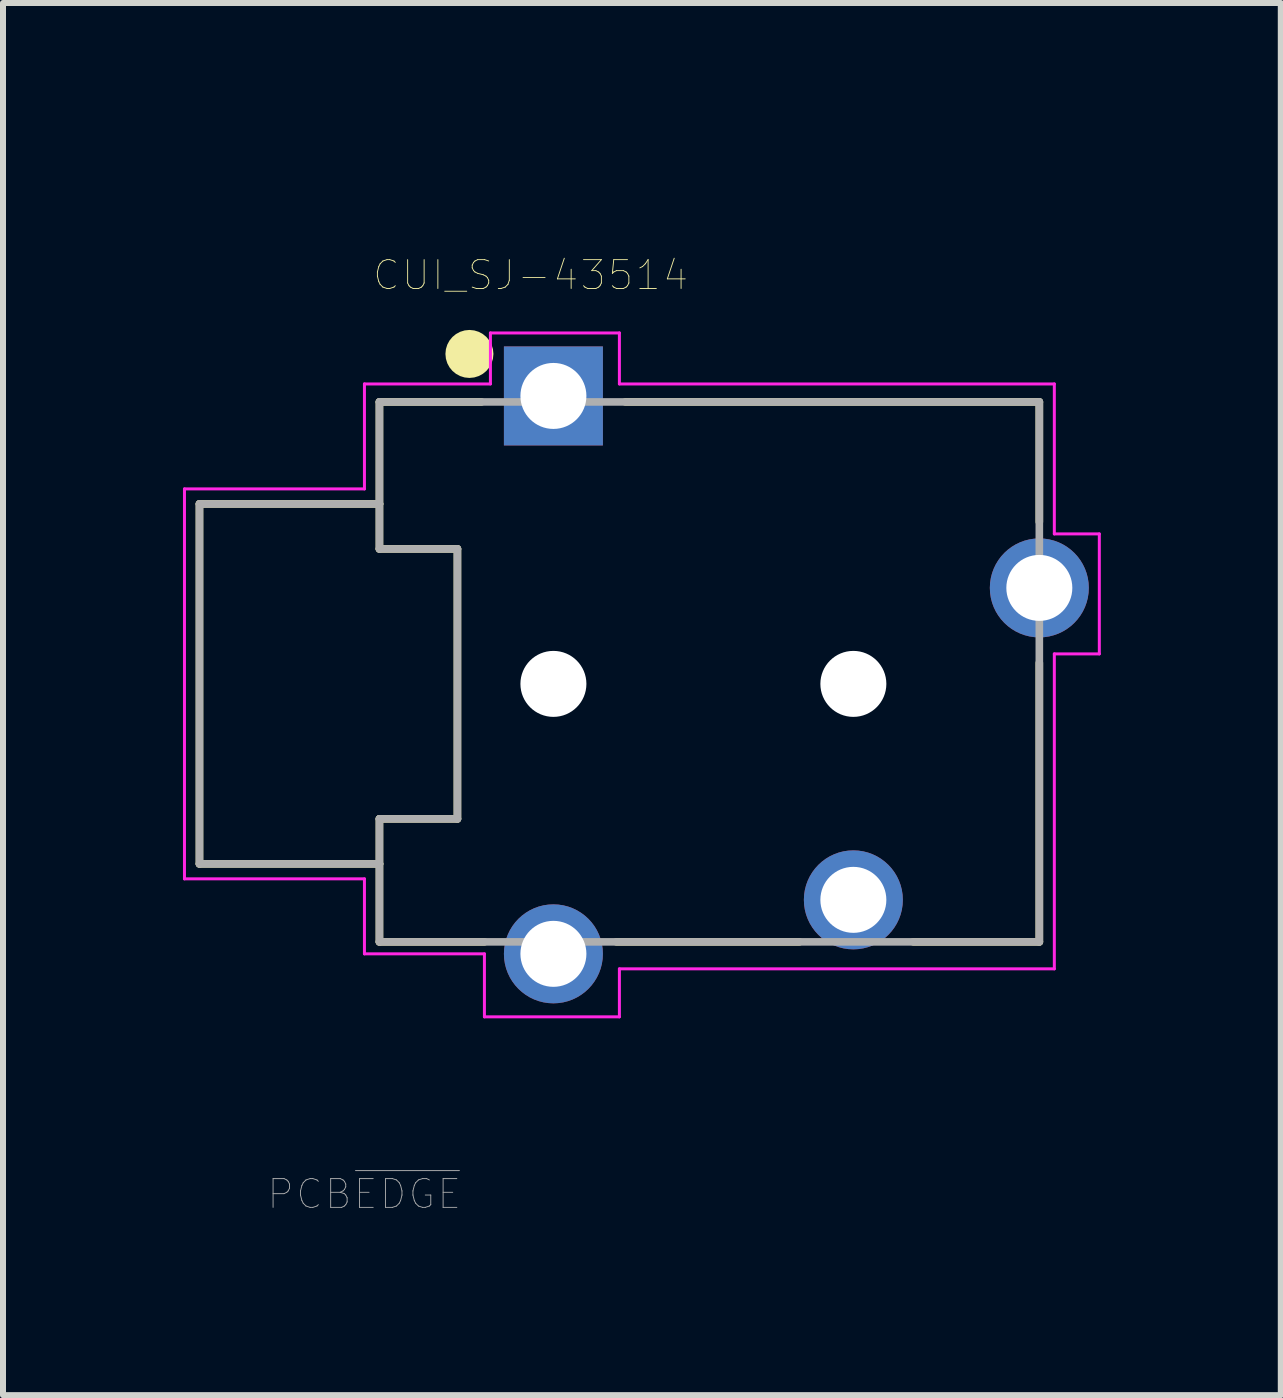
<source format=kicad_pcb>
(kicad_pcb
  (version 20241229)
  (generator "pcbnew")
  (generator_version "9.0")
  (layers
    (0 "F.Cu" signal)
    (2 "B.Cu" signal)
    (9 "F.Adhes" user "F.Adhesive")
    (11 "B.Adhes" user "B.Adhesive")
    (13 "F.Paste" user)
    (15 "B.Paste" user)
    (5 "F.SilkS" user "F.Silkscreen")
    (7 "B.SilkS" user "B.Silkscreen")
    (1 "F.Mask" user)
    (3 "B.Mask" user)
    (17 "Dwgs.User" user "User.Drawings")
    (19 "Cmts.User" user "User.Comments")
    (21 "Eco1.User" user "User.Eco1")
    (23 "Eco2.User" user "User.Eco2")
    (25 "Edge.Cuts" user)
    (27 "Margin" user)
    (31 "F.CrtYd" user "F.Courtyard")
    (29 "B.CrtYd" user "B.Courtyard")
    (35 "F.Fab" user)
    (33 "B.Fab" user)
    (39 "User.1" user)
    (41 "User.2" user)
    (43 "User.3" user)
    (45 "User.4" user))
  (footprint "CUI_SJ-43514"
    (layer "F.Cu")
    (at 8.775 8.35)
    (property "Reference" "CUI_SJ-43514" (at -2.98 -6.813 0) (layer "F.SilkS") (effects (font (size 0.481 0.481) (thickness 0.015))))
    (attr through_hole)
    (fp_line (start -8.5 -3) (end -5.5 -3) (stroke (width 0.127) (type solid)) (layer "F.SilkS"))
    (fp_line (start -8.5 3) (end -8.5 -3) (stroke (width 0.127) (type solid)) (layer "F.SilkS"))
    (fp_line (start -5.5 -4.7) (end -5.5 -3) (stroke (width 0.127) (type solid)) (layer "F.SilkS"))
    (fp_line (start -5.5 -3) (end -5.5 -2.25) (stroke (width 0.127) (type solid)) (layer "F.SilkS"))
    (fp_line (start -5.5 -2.25) (end -4.2 -2.25) (stroke (width 0.127) (type solid)) (layer "F.SilkS"))
    (fp_line (start -5.5 2.25) (end -5.5 3) (stroke (width 0.127) (type solid)) (layer "F.SilkS"))
    (fp_line (start -5.5 3) (end -8.5 3) (stroke (width 0.127) (type solid)) (layer "F.SilkS"))
    (fp_line (start -5.5 3) (end -5.5 4.3) (stroke (width 0.127) (type solid)) (layer "F.SilkS"))
    (fp_line (start -5.5 4.3) (end -3.75 4.3) (stroke (width 0.127) (type solid)) (layer "F.SilkS"))
    (fp_line (start -4.2 -2.25) (end -4.2 2.25) (stroke (width 0.127) (type solid)) (layer "F.SilkS"))
    (fp_line (start -4.2 2.25) (end -5.5 2.25) (stroke (width 0.127) (type solid)) (layer "F.SilkS"))
    (fp_line (start -3.8 -4.7) (end -5.5 -4.7) (stroke (width 0.127) (type solid)) (layer "F.SilkS"))
    (fp_line (start -1.4 -4.7) (end 5.5 -4.7) (stroke (width 0.127) (type solid)) (layer "F.SilkS"))
    (fp_line (start 1.5 4.3) (end -1.55 4.3) (stroke (width 0.127) (type solid)) (layer "F.SilkS"))
    (fp_line (start 5.5 -4.7) (end 5.5 -2.7) (stroke (width 0.127) (type solid)) (layer "F.SilkS"))
    (fp_line (start 5.5 -0.35) (end 5.5 4.3) (stroke (width 0.127) (type solid)) (layer "F.SilkS"))
    (fp_line (start 5.5 4.3) (end 3.4 4.3) (stroke (width 0.127) (type solid)) (layer "F.SilkS"))
    (fp_circle (center -4 -5.5) (end -3.8 -5.5) (stroke (width 0.4) (type solid)) (fill no) (layer "F.SilkS"))
    (fp_line (start -5.5 -8.35) (end -5.5 -2.25) (stroke (width 0.0001) (type solid)) (layer "Cmts.User"))
    (fp_line (start -5.5 -2.25) (end -4.2 -2.25) (stroke (width 0.0001) (type solid)) (layer "Cmts.User"))
    (fp_line (start -5.5 2.25) (end -5.5 8.85) (stroke (width 0.0001) (type solid)) (layer "Cmts.User"))
    (fp_line (start -4.2 -2.25) (end -4.2 2.25) (stroke (width 0.0001) (type solid)) (layer "Cmts.User"))
    (fp_line (start -4.2 2.25) (end -5.5 2.25) (stroke (width 0.0001) (type solid)) (layer "Cmts.User"))
    (fp_line (start -8.75 -3.25) (end -5.75 -3.25) (stroke (width 0.05) (type solid)) (layer "F.CrtYd"))
    (fp_line (start -8.75 3.25) (end -8.75 -3.25) (stroke (width 0.05) (type solid)) (layer "F.CrtYd"))
    (fp_line (start -5.75 -5) (end -3.65 -5) (stroke (width 0.05) (type solid)) (layer "F.CrtYd"))
    (fp_line (start -5.75 -3.25) (end -5.75 -5) (stroke (width 0.05) (type solid)) (layer "F.CrtYd"))
    (fp_line (start -5.75 3.25) (end -8.75 3.25) (stroke (width 0.05) (type solid)) (layer "F.CrtYd"))
    (fp_line (start -5.75 4.5) (end -5.75 3.25) (stroke (width 0.05) (type solid)) (layer "F.CrtYd"))
    (fp_line (start -3.75 4.5) (end -5.75 4.5) (stroke (width 0.05) (type solid)) (layer "F.CrtYd"))
    (fp_line (start -3.75 5.55) (end -3.75 4.5) (stroke (width 0.05) (type solid)) (layer "F.CrtYd"))
    (fp_line (start -3.65 -5.85) (end -1.5 -5.85) (stroke (width 0.05) (type solid)) (layer "F.CrtYd"))
    (fp_line (start -3.65 -5) (end -3.65 -5.85) (stroke (width 0.05) (type solid)) (layer "F.CrtYd"))
    (fp_line (start -1.5 -5.85) (end -1.5 -5) (stroke (width 0.05) (type solid)) (layer "F.CrtYd"))
    (fp_line (start -1.5 -5) (end 5.75 -5) (stroke (width 0.05) (type solid)) (layer "F.CrtYd"))
    (fp_line (start -1.5 4.75) (end -1.5 5.55) (stroke (width 0.05) (type solid)) (layer "F.CrtYd"))
    (fp_line (start -1.5 5.55) (end -3.75 5.55) (stroke (width 0.05) (type solid)) (layer "F.CrtYd"))
    (fp_line (start 5.75 -5) (end 5.75 -2.5) (stroke (width 0.05) (type solid)) (layer "F.CrtYd"))
    (fp_line (start 5.75 -2.5) (end 6.5 -2.5) (stroke (width 0.05) (type solid)) (layer "F.CrtYd"))
    (fp_line (start 5.75 -0.5) (end 5.75 4.75) (stroke (width 0.05) (type solid)) (layer "F.CrtYd"))
    (fp_line (start 5.75 4.75) (end -1.5 4.75) (stroke (width 0.05) (type solid)) (layer "F.CrtYd"))
    (fp_line (start 6.5 -2.5) (end 6.5 -0.5) (stroke (width 0.05) (type solid)) (layer "F.CrtYd"))
    (fp_line (start 6.5 -0.5) (end 5.75 -0.5) (stroke (width 0.05) (type solid)) (layer "F.CrtYd"))
    (fp_line (start -8.5 -3) (end -8.5 3) (stroke (width 0.127) (type solid)) (layer "F.Fab"))
    (fp_line (start -8.5 3) (end -5.5 3) (stroke (width 0.127) (type solid)) (layer "F.Fab"))
    (fp_line (start -5.5 -4.7) (end -5.5 -3) (stroke (width 0.127) (type solid)) (layer "F.Fab"))
    (fp_line (start -5.5 -4.7) (end 5.5 -4.7) (stroke (width 0.127) (type solid)) (layer "F.Fab"))
    (fp_line (start -5.5 -3) (end -8.5 -3) (stroke (width 0.127) (type solid)) (layer "F.Fab"))
    (fp_line (start -5.5 -3) (end -5.5 -2.25) (stroke (width 0.127) (type solid)) (layer "F.Fab"))
    (fp_line (start -5.5 -2.25) (end -4.2 -2.25) (stroke (width 0.127) (type solid)) (layer "F.Fab"))
    (fp_line (start -5.5 2.25) (end -5.5 3) (stroke (width 0.127) (type solid)) (layer "F.Fab"))
    (fp_line (start -5.5 3) (end -5.5 4.3) (stroke (width 0.127) (type solid)) (layer "F.Fab"))
    (fp_line (start -5.5 4.3) (end 5.5 4.3) (stroke (width 0.127) (type solid)) (layer "F.Fab"))
    (fp_line (start -4.2 -2.25) (end -4.2 2.25) (stroke (width 0.127) (type solid)) (layer "F.Fab"))
    (fp_line (start -4.2 2.25) (end -5.5 2.25) (stroke (width 0.127) (type solid)) (layer "F.Fab"))
    (fp_line (start 5.5 -4.7) (end 5.5 4.3) (stroke (width 0.127) (type solid)) (layer "F.Fab"))
    (fp_text user "PCB~{EDGE}" (at -5.753 8.505 0) (layer "F.Fab") (effects (font (size 0.48 0.48) (thickness 0.015))))
    (pad "" np_thru_hole circle (at -2.6 0) (size 1.1 1.1) (drill 1.1) (layers "*.Cu" "*.Mask"))
    (pad "" np_thru_hole circle (at 2.4 0) (size 1.1 1.1) (drill 1.1) (layers "*.Cu" "*.Mask"))
    (pad "1" thru_hole rect (at -2.6 -4.8) (size 1.65 1.65) (drill 1.1) (layers "*.Cu" "*.Mask"))
    (pad "2" thru_hole circle (at 2.4 3.6) (size 1.65 1.65) (drill 1.1) (layers "*.Cu" "*.Mask"))
    (pad "3" thru_hole circle (at 5.5 -1.6) (size 1.65 1.65) (drill 1.1) (layers "*.Cu" "*.Mask"))
    (pad "4" thru_hole circle (at -2.6 4.5) (size 1.65 1.65) (drill 1.1) (layers "*.Cu" "*.Mask")))
  (gr_rect
    (start -3 -3)
    (end 18.3 20.206)
    (stroke (width 0.1) (type default))
    (fill no)
    (layer "Edge.Cuts")))
</source>
